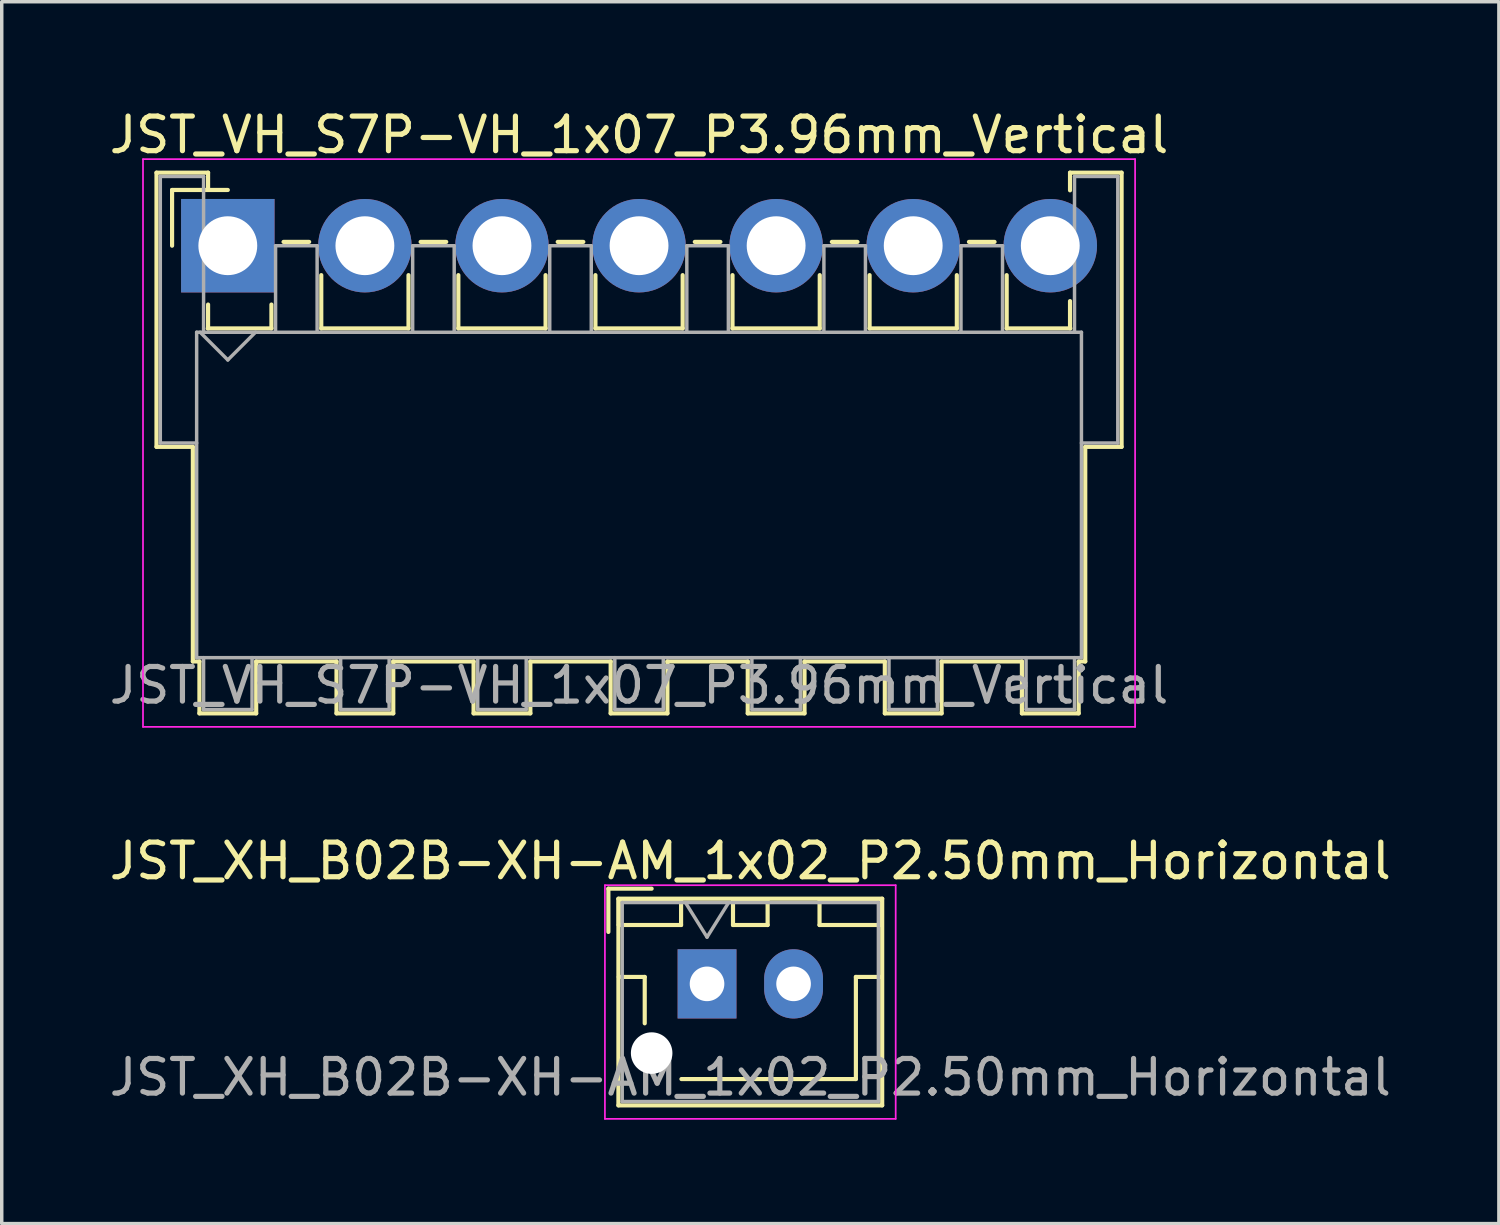
<source format=kicad_pcb>
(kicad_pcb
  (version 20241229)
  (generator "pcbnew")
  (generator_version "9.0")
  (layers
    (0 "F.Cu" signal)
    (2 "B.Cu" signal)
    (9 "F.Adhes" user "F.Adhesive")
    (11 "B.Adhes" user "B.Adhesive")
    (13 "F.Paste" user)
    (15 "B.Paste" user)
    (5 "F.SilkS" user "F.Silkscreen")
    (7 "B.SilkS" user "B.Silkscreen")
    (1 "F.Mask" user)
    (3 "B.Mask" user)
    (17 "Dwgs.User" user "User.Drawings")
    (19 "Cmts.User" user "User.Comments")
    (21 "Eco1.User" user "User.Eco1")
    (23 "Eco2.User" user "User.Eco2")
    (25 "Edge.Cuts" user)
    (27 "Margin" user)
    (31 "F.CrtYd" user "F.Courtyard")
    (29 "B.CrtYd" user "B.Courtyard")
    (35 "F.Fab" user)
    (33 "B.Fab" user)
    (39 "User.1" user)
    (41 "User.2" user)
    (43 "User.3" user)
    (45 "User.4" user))
  (footprint "JST_VH_S7P-VH_1x07_P3.96mm_Vertical"
    (layer "F.Cu")
    (at 3.531 4.048)
    (property "Reference" "JST_VH_S7P-VH_1x07_P3.96mm_Vertical" (at 11.88 -3.2 0) (layer "F.SilkS") (effects (font (size 1 1) (thickness 0.15))))
    (attr through_hole)
    (fp_line (start -2.06 -2.11) (end -0.57 -2.11) (stroke (width 0.12) (type solid)) (layer "F.SilkS"))
    (fp_line (start -2.06 5.81) (end -2.06 -2.11) (stroke (width 0.12) (type solid)) (layer "F.SilkS"))
    (fp_line (start -1.61 -1.61) (end -1.61 0) (stroke (width 0.12) (type solid)) (layer "F.SilkS"))
    (fp_line (start -1.01 5.81) (end -2.06 5.81) (stroke (width 0.12) (type solid)) (layer "F.SilkS"))
    (fp_line (start -1.01 5.81) (end -1.01 12.01) (stroke (width 0.12) (type solid)) (layer "F.SilkS"))
    (fp_line (start -1.01 12.01) (end -0.82 12.01) (stroke (width 0.12) (type solid)) (layer "F.SilkS"))
    (fp_line (start -0.82 12.01) (end -0.82 13.51) (stroke (width 0.12) (type solid)) (layer "F.SilkS"))
    (fp_line (start -0.82 13.51) (end 0.82 13.51) (stroke (width 0.12) (type solid)) (layer "F.SilkS"))
    (fp_line (start -0.58 2.39) (end 1.26 2.39) (stroke (width 0.12) (type solid)) (layer "F.SilkS"))
    (fp_line (start -0.57 -2.11) (end -0.57 -1.61) (stroke (width 0.12) (type solid)) (layer "F.SilkS"))
    (fp_line (start -0.57 1.7) (end -0.57 2.39) (stroke (width 0.12) (type solid)) (layer "F.SilkS"))
    (fp_line (start 0 -1.61) (end -1.61 -1.61) (stroke (width 0.12) (type solid)) (layer "F.SilkS"))
    (fp_line (start 0.82 12.01) (end 3.14 12.01) (stroke (width 0.12) (type solid)) (layer "F.SilkS"))
    (fp_line (start 0.82 13.51) (end 0.82 12.01) (stroke (width 0.12) (type solid)) (layer "F.SilkS"))
    (fp_line (start 1.26 2.39) (end 1.26 1.7) (stroke (width 0.12) (type solid)) (layer "F.SilkS"))
    (fp_line (start 1.61 -0.11) (end 2.35 -0.11) (stroke (width 0.12) (type solid)) (layer "F.SilkS"))
    (fp_line (start 2.7 0.85) (end 2.7 2.39) (stroke (width 0.12) (type solid)) (layer "F.SilkS"))
    (fp_line (start 2.7 2.39) (end 5.22 2.39) (stroke (width 0.12) (type solid)) (layer "F.SilkS"))
    (fp_line (start 3.14 12.01) (end 3.14 13.51) (stroke (width 0.12) (type solid)) (layer "F.SilkS"))
    (fp_line (start 3.14 13.51) (end 4.78 13.51) (stroke (width 0.12) (type solid)) (layer "F.SilkS"))
    (fp_line (start 4.78 12.01) (end 7.1 12.01) (stroke (width 0.12) (type solid)) (layer "F.SilkS"))
    (fp_line (start 4.78 13.51) (end 4.78 12.01) (stroke (width 0.12) (type solid)) (layer "F.SilkS"))
    (fp_line (start 5.22 2.39) (end 5.22 0.85) (stroke (width 0.12) (type solid)) (layer "F.SilkS"))
    (fp_line (start 5.57 -0.11) (end 6.31 -0.11) (stroke (width 0.12) (type solid)) (layer "F.SilkS"))
    (fp_line (start 6.66 0.85) (end 6.66 2.39) (stroke (width 0.12) (type solid)) (layer "F.SilkS"))
    (fp_line (start 6.66 2.39) (end 9.18 2.39) (stroke (width 0.12) (type solid)) (layer "F.SilkS"))
    (fp_line (start 7.1 12.01) (end 7.1 13.51) (stroke (width 0.12) (type solid)) (layer "F.SilkS"))
    (fp_line (start 7.1 13.51) (end 8.74 13.51) (stroke (width 0.12) (type solid)) (layer "F.SilkS"))
    (fp_line (start 8.74 12.01) (end 11.06 12.01) (stroke (width 0.12) (type solid)) (layer "F.SilkS"))
    (fp_line (start 8.74 13.51) (end 8.74 12.01) (stroke (width 0.12) (type solid)) (layer "F.SilkS"))
    (fp_line (start 9.18 2.39) (end 9.18 0.85) (stroke (width 0.12) (type solid)) (layer "F.SilkS"))
    (fp_line (start 9.53 -0.11) (end 10.27 -0.11) (stroke (width 0.12) (type solid)) (layer "F.SilkS"))
    (fp_line (start 10.62 0.85) (end 10.62 2.39) (stroke (width 0.12) (type solid)) (layer "F.SilkS"))
    (fp_line (start 10.62 2.39) (end 13.14 2.39) (stroke (width 0.12) (type solid)) (layer "F.SilkS"))
    (fp_line (start 11.06 12.01) (end 11.06 13.51) (stroke (width 0.12) (type solid)) (layer "F.SilkS"))
    (fp_line (start 11.06 13.51) (end 12.7 13.51) (stroke (width 0.12) (type solid)) (layer "F.SilkS"))
    (fp_line (start 12.7 12.01) (end 15.02 12.01) (stroke (width 0.12) (type solid)) (layer "F.SilkS"))
    (fp_line (start 12.7 13.51) (end 12.7 12.01) (stroke (width 0.12) (type solid)) (layer "F.SilkS"))
    (fp_line (start 13.14 2.39) (end 13.14 0.85) (stroke (width 0.12) (type solid)) (layer "F.SilkS"))
    (fp_line (start 13.49 -0.11) (end 14.23 -0.11) (stroke (width 0.12) (type solid)) (layer "F.SilkS"))
    (fp_line (start 14.58 0.85) (end 14.58 2.39) (stroke (width 0.12) (type solid)) (layer "F.SilkS"))
    (fp_line (start 14.58 2.39) (end 17.1 2.39) (stroke (width 0.12) (type solid)) (layer "F.SilkS"))
    (fp_line (start 15.02 12.01) (end 15.02 13.51) (stroke (width 0.12) (type solid)) (layer "F.SilkS"))
    (fp_line (start 15.02 13.51) (end 16.66 13.51) (stroke (width 0.12) (type solid)) (layer "F.SilkS"))
    (fp_line (start 16.66 12.01) (end 18.98 12.01) (stroke (width 0.12) (type solid)) (layer "F.SilkS"))
    (fp_line (start 16.66 13.51) (end 16.66 12.01) (stroke (width 0.12) (type solid)) (layer "F.SilkS"))
    (fp_line (start 17.1 2.39) (end 17.1 0.85) (stroke (width 0.12) (type solid)) (layer "F.SilkS"))
    (fp_line (start 17.45 -0.11) (end 18.19 -0.11) (stroke (width 0.12) (type solid)) (layer "F.SilkS"))
    (fp_line (start 18.54 0.85) (end 18.54 2.39) (stroke (width 0.12) (type solid)) (layer "F.SilkS"))
    (fp_line (start 18.54 2.39) (end 21.06 2.39) (stroke (width 0.12) (type solid)) (layer "F.SilkS"))
    (fp_line (start 18.98 12.01) (end 18.98 13.51) (stroke (width 0.12) (type solid)) (layer "F.SilkS"))
    (fp_line (start 18.98 13.51) (end 20.62 13.51) (stroke (width 0.12) (type solid)) (layer "F.SilkS"))
    (fp_line (start 20.62 12.01) (end 22.94 12.01) (stroke (width 0.12) (type solid)) (layer "F.SilkS"))
    (fp_line (start 20.62 13.51) (end 20.62 12.01) (stroke (width 0.12) (type solid)) (layer "F.SilkS"))
    (fp_line (start 21.06 2.39) (end 21.06 0.85) (stroke (width 0.12) (type solid)) (layer "F.SilkS"))
    (fp_line (start 21.41 -0.11) (end 22.15 -0.11) (stroke (width 0.12) (type solid)) (layer "F.SilkS"))
    (fp_line (start 22.5 0.85) (end 22.5 2.39) (stroke (width 0.12) (type solid)) (layer "F.SilkS"))
    (fp_line (start 22.5 2.39) (end 24.34 2.39) (stroke (width 0.12) (type solid)) (layer "F.SilkS"))
    (fp_line (start 22.94 12.01) (end 22.94 13.51) (stroke (width 0.12) (type solid)) (layer "F.SilkS"))
    (fp_line (start 22.94 13.51) (end 24.58 13.51) (stroke (width 0.12) (type solid)) (layer "F.SilkS"))
    (fp_line (start 24.33 -2.11) (end 25.82 -2.11) (stroke (width 0.12) (type solid)) (layer "F.SilkS"))
    (fp_line (start 24.33 -1.6) (end 24.33 -2.11) (stroke (width 0.12) (type solid)) (layer "F.SilkS"))
    (fp_line (start 24.33 2.39) (end 24.33 1.6) (stroke (width 0.12) (type solid)) (layer "F.SilkS"))
    (fp_line (start 24.58 12.01) (end 24.77 12.01) (stroke (width 0.12) (type solid)) (layer "F.SilkS"))
    (fp_line (start 24.58 13.51) (end 24.58 12.01) (stroke (width 0.12) (type solid)) (layer "F.SilkS"))
    (fp_line (start 24.77 12.01) (end 24.77 5.81) (stroke (width 0.12) (type solid)) (layer "F.SilkS"))
    (fp_line (start 25.82 -2.11) (end 25.82 5.81) (stroke (width 0.12) (type solid)) (layer "F.SilkS"))
    (fp_line (start 25.82 5.81) (end 24.77 5.81) (stroke (width 0.12) (type solid)) (layer "F.SilkS"))
    (fp_line (start -2.45 -2.5) (end -2.45 13.9) (stroke (width 0.05) (type solid)) (layer "F.CrtYd"))
    (fp_line (start -2.45 13.9) (end 26.21 13.9) (stroke (width 0.05) (type solid)) (layer "F.CrtYd"))
    (fp_line (start 26.21 -2.5) (end -2.45 -2.5) (stroke (width 0.05) (type solid)) (layer "F.CrtYd"))
    (fp_line (start 26.21 13.9) (end 26.21 -2.5) (stroke (width 0.05) (type solid)) (layer "F.CrtYd"))
    (fp_line (start -1.95 -2) (end -0.7 -2) (stroke (width 0.1) (type solid)) (layer "F.Fab"))
    (fp_line (start -1.95 5.7) (end -1.95 -2) (stroke (width 0.1) (type solid)) (layer "F.Fab"))
    (fp_line (start -0.9 2.5) (end -0.9 11.9) (stroke (width 0.1) (type solid)) (layer "F.Fab"))
    (fp_line (start -0.9 5.7) (end -1.95 5.7) (stroke (width 0.1) (type solid)) (layer "F.Fab"))
    (fp_line (start -0.9 11.9) (end 24.66 11.9) (stroke (width 0.1) (type solid)) (layer "F.Fab"))
    (fp_line (start -0.8 2.5) (end 0 3.3) (stroke (width 0.1) (type solid)) (layer "F.Fab"))
    (fp_line (start -0.7 -2) (end -0.7 2.5) (stroke (width 0.1) (type solid)) (layer "F.Fab"))
    (fp_line (start -0.7 11.9) (end -0.7 13.4) (stroke (width 0.1) (type solid)) (layer "F.Fab"))
    (fp_line (start -0.7 13.4) (end 0.7 13.4) (stroke (width 0.1) (type solid)) (layer "F.Fab"))
    (fp_line (start 0 3.3) (end 0.8 2.5) (stroke (width 0.1) (type solid)) (layer "F.Fab"))
    (fp_line (start 0.7 13.4) (end 0.7 11.9) (stroke (width 0.1) (type solid)) (layer "F.Fab"))
    (fp_line (start 1.38 0) (end 2.58 0) (stroke (width 0.1) (type solid)) (layer "F.Fab"))
    (fp_line (start 1.38 2.5) (end 1.38 0) (stroke (width 0.1) (type solid)) (layer "F.Fab"))
    (fp_line (start 2.58 0) (end 2.58 2.5) (stroke (width 0.1) (type solid)) (layer "F.Fab"))
    (fp_line (start 3.26 11.9) (end 3.26 13.4) (stroke (width 0.1) (type solid)) (layer "F.Fab"))
    (fp_line (start 3.26 13.4) (end 4.66 13.4) (stroke (width 0.1) (type solid)) (layer "F.Fab"))
    (fp_line (start 4.66 13.4) (end 4.66 11.9) (stroke (width 0.1) (type solid)) (layer "F.Fab"))
    (fp_line (start 5.34 0) (end 6.54 0) (stroke (width 0.1) (type solid)) (layer "F.Fab"))
    (fp_line (start 5.34 2.5) (end 5.34 0) (stroke (width 0.1) (type solid)) (layer "F.Fab"))
    (fp_line (start 6.54 0) (end 6.54 2.5) (stroke (width 0.1) (type solid)) (layer "F.Fab"))
    (fp_line (start 7.22 11.9) (end 7.22 13.4) (stroke (width 0.1) (type solid)) (layer "F.Fab"))
    (fp_line (start 7.22 13.4) (end 8.62 13.4) (stroke (width 0.1) (type solid)) (layer "F.Fab"))
    (fp_line (start 8.62 13.4) (end 8.62 11.9) (stroke (width 0.1) (type solid)) (layer "F.Fab"))
    (fp_line (start 9.3 0) (end 10.5 0) (stroke (width 0.1) (type solid)) (layer "F.Fab"))
    (fp_line (start 9.3 2.5) (end 9.3 0) (stroke (width 0.1) (type solid)) (layer "F.Fab"))
    (fp_line (start 10.5 0) (end 10.5 2.5) (stroke (width 0.1) (type solid)) (layer "F.Fab"))
    (fp_line (start 11.18 11.9) (end 11.18 13.4) (stroke (width 0.1) (type solid)) (layer "F.Fab"))
    (fp_line (start 11.18 13.4) (end 12.58 13.4) (stroke (width 0.1) (type solid)) (layer "F.Fab"))
    (fp_line (start 12.58 13.4) (end 12.58 11.9) (stroke (width 0.1) (type solid)) (layer "F.Fab"))
    (fp_line (start 13.26 0) (end 14.46 0) (stroke (width 0.1) (type solid)) (layer "F.Fab"))
    (fp_line (start 13.26 2.5) (end 13.26 0) (stroke (width 0.1) (type solid)) (layer "F.Fab"))
    (fp_line (start 14.46 0) (end 14.46 2.5) (stroke (width 0.1) (type solid)) (layer "F.Fab"))
    (fp_line (start 15.14 11.9) (end 15.14 13.4) (stroke (width 0.1) (type solid)) (layer "F.Fab"))
    (fp_line (start 15.14 13.4) (end 16.54 13.4) (stroke (width 0.1) (type solid)) (layer "F.Fab"))
    (fp_line (start 16.54 13.4) (end 16.54 11.9) (stroke (width 0.1) (type solid)) (layer "F.Fab"))
    (fp_line (start 17.22 0) (end 18.42 0) (stroke (width 0.1) (type solid)) (layer "F.Fab"))
    (fp_line (start 17.22 2.5) (end 17.22 0) (stroke (width 0.1) (type solid)) (layer "F.Fab"))
    (fp_line (start 18.42 0) (end 18.42 2.5) (stroke (width 0.1) (type solid)) (layer "F.Fab"))
    (fp_line (start 19.1 11.9) (end 19.1 13.4) (stroke (width 0.1) (type solid)) (layer "F.Fab"))
    (fp_line (start 19.1 13.4) (end 20.5 13.4) (stroke (width 0.1) (type solid)) (layer "F.Fab"))
    (fp_line (start 20.5 13.4) (end 20.5 11.9) (stroke (width 0.1) (type solid)) (layer "F.Fab"))
    (fp_line (start 21.18 0) (end 22.38 0) (stroke (width 0.1) (type solid)) (layer "F.Fab"))
    (fp_line (start 21.18 2.5) (end 21.18 0) (stroke (width 0.1) (type solid)) (layer "F.Fab"))
    (fp_line (start 22.38 0) (end 22.38 2.5) (stroke (width 0.1) (type solid)) (layer "F.Fab"))
    (fp_line (start 23.06 11.9) (end 23.06 13.4) (stroke (width 0.1) (type solid)) (layer "F.Fab"))
    (fp_line (start 23.06 13.4) (end 24.46 13.4) (stroke (width 0.1) (type solid)) (layer "F.Fab"))
    (fp_line (start 24.46 -2) (end 25.71 -2) (stroke (width 0.1) (type solid)) (layer "F.Fab"))
    (fp_line (start 24.46 2.5) (end 24.46 -2) (stroke (width 0.1) (type solid)) (layer "F.Fab"))
    (fp_line (start 24.46 13.4) (end 24.46 11.9) (stroke (width 0.1) (type solid)) (layer "F.Fab"))
    (fp_line (start 24.66 2.5) (end -0.9 2.5) (stroke (width 0.1) (type solid)) (layer "F.Fab"))
    (fp_line (start 24.66 11.9) (end 24.66 2.5) (stroke (width 0.1) (type solid)) (layer "F.Fab"))
    (fp_line (start 25.71 -2) (end 25.71 5.7) (stroke (width 0.1) (type solid)) (layer "F.Fab"))
    (fp_line (start 25.71 5.7) (end 24.66 5.7) (stroke (width 0.1) (type solid)) (layer "F.Fab"))
    (fp_text user "${REFERENCE}" (at 11.88 12.7 0) (layer "F.Fab") (effects (font (size 1 1) (thickness 0.15))))
    (pad "1" thru_hole rect (at 0 0) (size 2.7 2.7) (drill 1.7) (layers "*.Cu" "*.Mask"))
    (pad "2" thru_hole circle (at 3.96 0) (size 2.7 2.7) (drill 1.7) (layers "*.Cu" "*.Mask"))
    (pad "3" thru_hole circle (at 7.92 0) (size 2.7 2.7) (drill 1.7) (layers "*.Cu" "*.Mask"))
    (pad "4" thru_hole circle (at 11.88 0) (size 2.7 2.7) (drill 1.7) (layers "*.Cu" "*.Mask"))
    (pad "5" thru_hole circle (at 15.84 0) (size 2.7 2.7) (drill 1.7) (layers "*.Cu" "*.Mask"))
    (pad "6" thru_hole circle (at 19.8 0) (size 2.7 2.7) (drill 1.7) (layers "*.Cu" "*.Mask"))
    (pad "7" thru_hole circle (at 23.76 0) (size 2.7 2.7) (drill 1.7) (layers "*.Cu" "*.Mask")))
  (footprint "JST_XH_B02B-XH-AM_1x02_P2.50mm_Horizontal"
    (layer "F.Cu")
    (at 17.375 25.372)
    (property "Reference" "JST_XH_B02B-XH-AM_1x02_P2.50mm_Horizontal" (at 1.25 -3.55 0) (layer "F.SilkS") (effects (font (size 1 1) (thickness 0.15))))
    (attr through_hole)
    (fp_line (start -2.85 -2.75) (end -2.85 -1.5) (stroke (width 0.12) (type solid)) (layer "F.SilkS"))
    (fp_line (start -2.56 -2.46) (end -2.56 3.51) (stroke (width 0.12) (type solid)) (layer "F.SilkS"))
    (fp_line (start -2.56 3.51) (end 5.06 3.51) (stroke (width 0.12) (type solid)) (layer "F.SilkS"))
    (fp_line (start -2.55 -2.45) (end -2.55 -1.7) (stroke (width 0.12) (type solid)) (layer "F.SilkS"))
    (fp_line (start -2.55 -1.7) (end -0.75 -1.7) (stroke (width 0.12) (type solid)) (layer "F.SilkS"))
    (fp_line (start -2.55 -0.2) (end -1.8 -0.2) (stroke (width 0.12) (type solid)) (layer "F.SilkS"))
    (fp_line (start -1.8 -0.2) (end -1.8 1.14) (stroke (width 0.12) (type solid)) (layer "F.SilkS"))
    (fp_line (start -1.6 -2.75) (end -2.85 -2.75) (stroke (width 0.12) (type solid)) (layer "F.SilkS"))
    (fp_line (start -0.75 -2.45) (end -2.55 -2.45) (stroke (width 0.12) (type solid)) (layer "F.SilkS"))
    (fp_line (start -0.75 -1.7) (end -0.75 -2.45) (stroke (width 0.12) (type solid)) (layer "F.SilkS"))
    (fp_line (start 0.75 -2.45) (end 0.75 -1.7) (stroke (width 0.12) (type solid)) (layer "F.SilkS"))
    (fp_line (start 0.75 -1.7) (end 1.75 -1.7) (stroke (width 0.12) (type solid)) (layer "F.SilkS"))
    (fp_line (start 1.25 2.75) (end -0.74 2.75) (stroke (width 0.12) (type solid)) (layer "F.SilkS"))
    (fp_line (start 1.75 -2.45) (end 0.75 -2.45) (stroke (width 0.12) (type solid)) (layer "F.SilkS"))
    (fp_line (start 1.75 -1.7) (end 1.75 -2.45) (stroke (width 0.12) (type solid)) (layer "F.SilkS"))
    (fp_line (start 3.25 -2.45) (end 3.25 -1.7) (stroke (width 0.12) (type solid)) (layer "F.SilkS"))
    (fp_line (start 3.25 -1.7) (end 5.05 -1.7) (stroke (width 0.12) (type solid)) (layer "F.SilkS"))
    (fp_line (start 4.3 -0.2) (end 4.3 2.75) (stroke (width 0.12) (type solid)) (layer "F.SilkS"))
    (fp_line (start 4.3 2.75) (end 1.25 2.75) (stroke (width 0.12) (type solid)) (layer "F.SilkS"))
    (fp_line (start 5.05 -2.45) (end 3.25 -2.45) (stroke (width 0.12) (type solid)) (layer "F.SilkS"))
    (fp_line (start 5.05 -1.7) (end 5.05 -2.45) (stroke (width 0.12) (type solid)) (layer "F.SilkS"))
    (fp_line (start 5.05 -0.2) (end 4.3 -0.2) (stroke (width 0.12) (type solid)) (layer "F.SilkS"))
    (fp_line (start 5.06 -2.46) (end -2.56 -2.46) (stroke (width 0.12) (type solid)) (layer "F.SilkS"))
    (fp_line (start 5.06 3.51) (end 5.06 -2.46) (stroke (width 0.12) (type solid)) (layer "F.SilkS"))
    (fp_line (start -2.95 -2.85) (end -2.95 3.9) (stroke (width 0.05) (type solid)) (layer "F.CrtYd"))
    (fp_line (start -2.95 3.9) (end 5.45 3.9) (stroke (width 0.05) (type solid)) (layer "F.CrtYd"))
    (fp_line (start 5.45 -2.85) (end -2.95 -2.85) (stroke (width 0.05) (type solid)) (layer "F.CrtYd"))
    (fp_line (start 5.45 3.9) (end 5.45 -2.85) (stroke (width 0.05) (type solid)) (layer "F.CrtYd"))
    (fp_line (start -2.45 -2.35) (end -2.45 3.4) (stroke (width 0.1) (type solid)) (layer "F.Fab"))
    (fp_line (start -2.45 3.4) (end 4.95 3.4) (stroke (width 0.1) (type solid)) (layer "F.Fab"))
    (fp_line (start -0.625 -2.35) (end 0 -1.35) (stroke (width 0.1) (type solid)) (layer "F.Fab"))
    (fp_line (start 0 -1.35) (end 0.625 -2.35) (stroke (width 0.1) (type solid)) (layer "F.Fab"))
    (fp_line (start 4.95 -2.35) (end -2.45 -2.35) (stroke (width 0.1) (type solid)) (layer "F.Fab"))
    (fp_line (start 4.95 3.4) (end 4.95 -2.35) (stroke (width 0.1) (type solid)) (layer "F.Fab"))
    (fp_text user "${REFERENCE}" (at 1.25 2.7 0) (layer "F.Fab") (effects (font (size 1 1) (thickness 0.15))))
    (pad "" np_thru_hole circle (at -1.6 2) (size 1.2 1.2) (drill 1.2) (layers "*.Cu" "*.Mask"))
    (pad "1" thru_hole rect (at 0 0) (size 1.7 2) (drill 1) (layers "*.Cu" "*.Mask"))
    (pad "2" thru_hole oval (at 2.5 0) (size 1.7 2) (drill 1) (layers "*.Cu" "*.Mask")))
  (gr_rect
    (start -3 -3)
    (end 40.25 32.297)
    (stroke (width 0.1) (type default))
    (fill no)
    (layer "Edge.Cuts")))
</source>
